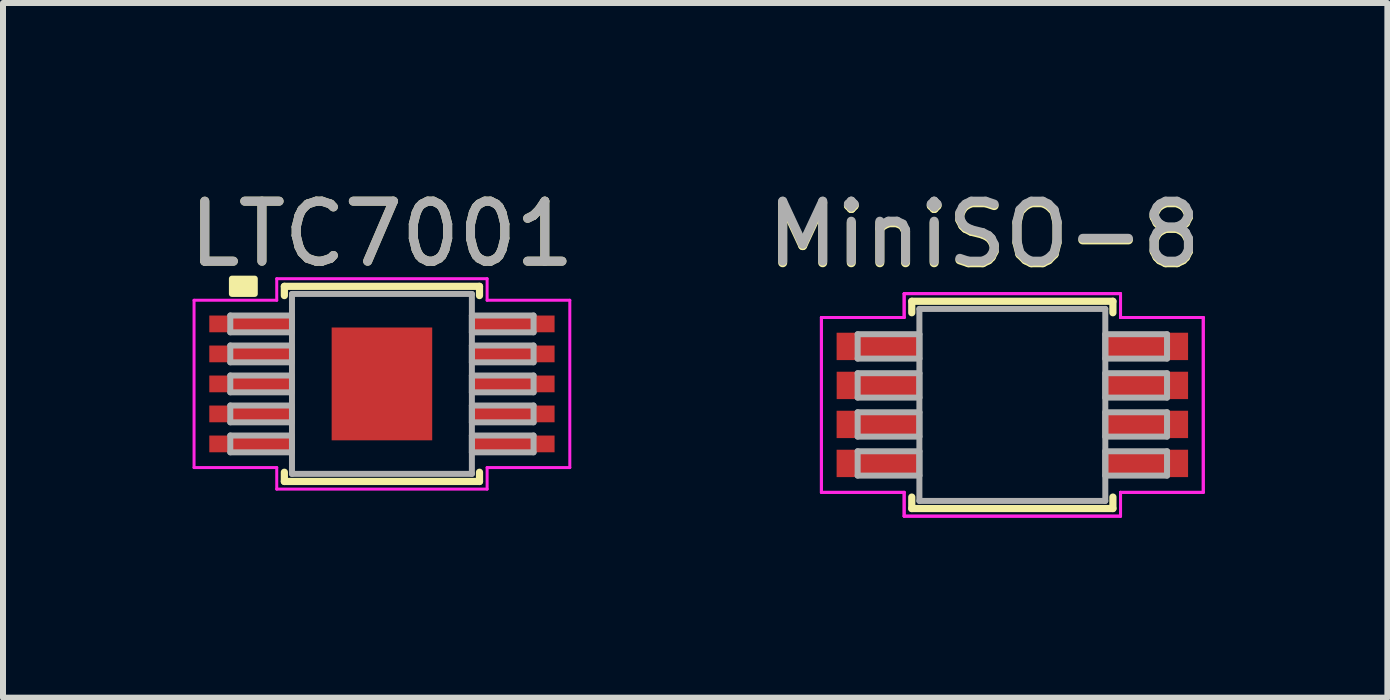
<source format=kicad_pcb>
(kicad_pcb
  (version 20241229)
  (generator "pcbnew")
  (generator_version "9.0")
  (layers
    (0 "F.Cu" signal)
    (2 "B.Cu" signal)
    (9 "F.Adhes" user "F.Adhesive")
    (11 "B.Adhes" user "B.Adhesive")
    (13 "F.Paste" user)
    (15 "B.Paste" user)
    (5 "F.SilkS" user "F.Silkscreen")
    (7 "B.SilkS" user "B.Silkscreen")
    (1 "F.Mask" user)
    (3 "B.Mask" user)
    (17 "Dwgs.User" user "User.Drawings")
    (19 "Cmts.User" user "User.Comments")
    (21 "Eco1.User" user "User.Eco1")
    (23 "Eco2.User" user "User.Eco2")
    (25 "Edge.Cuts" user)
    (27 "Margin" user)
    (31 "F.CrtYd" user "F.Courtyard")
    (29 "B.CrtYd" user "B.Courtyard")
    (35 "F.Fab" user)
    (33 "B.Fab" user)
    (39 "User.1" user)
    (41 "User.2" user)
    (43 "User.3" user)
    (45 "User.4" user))
  (footprint "MiniSO-8"
    (layer "F.Cu")
    (at 13.783 3.693)
    (property "Reference" "MiniSO-8" (at -0.432 -2.819 0) (unlocked yes) (layer "F.SilkS") (effects (font (size 1 1) (thickness 0.15))))
    (attr smd)
    (fp_line (start -1.638 -1.722) (end -1.638 -1.531) (stroke (width 0.12) (type solid)) (layer "F.SilkS"))
    (fp_line (start -1.638 1.541) (end -1.638 1.732) (stroke (width 0.12) (type solid)) (layer "F.SilkS"))
    (fp_line (start -1.638 1.732) (end 1.714 1.732) (stroke (width 0.12) (type solid)) (layer "F.SilkS"))
    (fp_line (start 1.714 -1.722) (end -1.638 -1.722) (stroke (width 0.12) (type solid)) (layer "F.SilkS"))
    (fp_line (start 1.714 -1.531) (end 1.714 -1.722) (stroke (width 0.12) (type solid)) (layer "F.SilkS"))
    (fp_line (start 1.714 1.732) (end 1.714 1.541) (stroke (width 0.12) (type solid)) (layer "F.SilkS"))
    (fp_line (start -3.144 -1.452) (end -1.765 -1.452) (stroke (width 0.05) (type solid)) (layer "F.CrtYd"))
    (fp_line (start -3.144 -1.452) (end -1.765 -1.452) (stroke (width 0.05) (type solid)) (layer "F.CrtYd"))
    (fp_line (start -3.144 1.462) (end -3.144 -1.452) (stroke (width 0.05) (type solid)) (layer "F.CrtYd"))
    (fp_line (start -3.144 1.462) (end -3.144 -1.452) (stroke (width 0.05) (type solid)) (layer "F.CrtYd"))
    (fp_line (start -3.144 1.462) (end -1.765 1.462) (stroke (width 0.05) (type solid)) (layer "F.CrtYd"))
    (fp_line (start -1.765 -1.849) (end 1.841 -1.849) (stroke (width 0.05) (type solid)) (layer "F.CrtYd"))
    (fp_line (start -1.765 -1.849) (end 1.841 -1.849) (stroke (width 0.05) (type solid)) (layer "F.CrtYd"))
    (fp_line (start -1.765 -1.452) (end -1.765 -1.849) (stroke (width 0.05) (type solid)) (layer "F.CrtYd"))
    (fp_line (start -1.765 -1.452) (end -1.765 -1.849) (stroke (width 0.05) (type solid)) (layer "F.CrtYd"))
    (fp_line (start -1.765 1.462) (end -3.144 1.462) (stroke (width 0.05) (type solid)) (layer "F.CrtYd"))
    (fp_line (start -1.765 1.859) (end -1.765 1.462) (stroke (width 0.05) (type solid)) (layer "F.CrtYd"))
    (fp_line (start -1.765 1.859) (end -1.765 1.462) (stroke (width 0.05) (type solid)) (layer "F.CrtYd"))
    (fp_line (start 1.841 -1.849) (end 1.841 -1.452) (stroke (width 0.05) (type solid)) (layer "F.CrtYd"))
    (fp_line (start 1.841 -1.849) (end 1.841 -1.452) (stroke (width 0.05) (type solid)) (layer "F.CrtYd"))
    (fp_line (start 1.841 -1.452) (end 3.22 -1.452) (stroke (width 0.05) (type solid)) (layer "F.CrtYd"))
    (fp_line (start 1.841 1.462) (end 1.841 1.859) (stroke (width 0.05) (type solid)) (layer "F.CrtYd"))
    (fp_line (start 1.841 1.462) (end 1.841 1.859) (stroke (width 0.05) (type solid)) (layer "F.CrtYd"))
    (fp_line (start 1.841 1.859) (end -1.765 1.859) (stroke (width 0.05) (type solid)) (layer "F.CrtYd"))
    (fp_line (start 1.841 1.859) (end -1.765 1.859) (stroke (width 0.05) (type solid)) (layer "F.CrtYd"))
    (fp_line (start 3.22 -1.452) (end 1.841 -1.452) (stroke (width 0.05) (type solid)) (layer "F.CrtYd"))
    (fp_line (start 3.22 -1.452) (end 3.22 1.462) (stroke (width 0.05) (type solid)) (layer "F.CrtYd"))
    (fp_line (start 3.22 -1.452) (end 3.22 1.462) (stroke (width 0.05) (type solid)) (layer "F.CrtYd"))
    (fp_line (start 3.22 1.462) (end 1.841 1.462) (stroke (width 0.05) (type solid)) (layer "F.CrtYd"))
    (fp_line (start 3.22 1.462) (end 1.841 1.462) (stroke (width 0.05) (type solid)) (layer "F.CrtYd"))
    (fp_line (start -2.54 -1.173) (end -2.54 -0.767) (stroke (width 0.1) (type solid)) (layer "F.Fab"))
    (fp_line (start -2.54 -0.767) (end -1.511 -0.767) (stroke (width 0.1) (type solid)) (layer "F.Fab"))
    (fp_line (start -2.54 -0.523) (end -2.54 -0.117) (stroke (width 0.1) (type solid)) (layer "F.Fab"))
    (fp_line (start -2.54 -0.117) (end -1.511 -0.117) (stroke (width 0.1) (type solid)) (layer "F.Fab"))
    (fp_line (start -2.54 0.127) (end -2.54 0.533) (stroke (width 0.1) (type solid)) (layer "F.Fab"))
    (fp_line (start -2.54 0.533) (end -1.511 0.533) (stroke (width 0.1) (type solid)) (layer "F.Fab"))
    (fp_line (start -2.54 0.777) (end -2.54 1.183) (stroke (width 0.1) (type solid)) (layer "F.Fab"))
    (fp_line (start -2.54 1.183) (end -1.511 1.183) (stroke (width 0.1) (type solid)) (layer "F.Fab"))
    (fp_line (start -1.511 -1.595) (end -1.511 1.605) (stroke (width 0.1) (type solid)) (layer "F.Fab"))
    (fp_line (start -1.511 -1.173) (end -2.54 -1.173) (stroke (width 0.1) (type solid)) (layer "F.Fab"))
    (fp_line (start -1.511 -0.767) (end -1.511 -1.173) (stroke (width 0.1) (type solid)) (layer "F.Fab"))
    (fp_line (start -1.511 -0.523) (end -2.54 -0.523) (stroke (width 0.1) (type solid)) (layer "F.Fab"))
    (fp_line (start -1.511 -0.117) (end -1.511 -0.523) (stroke (width 0.1) (type solid)) (layer "F.Fab"))
    (fp_line (start -1.511 0.127) (end -2.54 0.127) (stroke (width 0.1) (type solid)) (layer "F.Fab"))
    (fp_line (start -1.511 0.533) (end -1.511 0.127) (stroke (width 0.1) (type solid)) (layer "F.Fab"))
    (fp_line (start -1.511 0.777) (end -2.54 0.777) (stroke (width 0.1) (type solid)) (layer "F.Fab"))
    (fp_line (start -1.511 1.183) (end -1.511 0.777) (stroke (width 0.1) (type solid)) (layer "F.Fab"))
    (fp_line (start -1.511 1.605) (end 1.587 1.605) (stroke (width 0.1) (type solid)) (layer "F.Fab"))
    (fp_line (start 1.587 -1.595) (end -1.511 -1.595) (stroke (width 0.1) (type solid)) (layer "F.Fab"))
    (fp_line (start 1.587 -1.173) (end 1.587 -0.767) (stroke (width 0.1) (type solid)) (layer "F.Fab"))
    (fp_line (start 1.587 -0.767) (end 2.616 -0.767) (stroke (width 0.1) (type solid)) (layer "F.Fab"))
    (fp_line (start 1.587 -0.523) (end 1.587 -0.117) (stroke (width 0.1) (type solid)) (layer "F.Fab"))
    (fp_line (start 1.587 -0.117) (end 2.616 -0.117) (stroke (width 0.1) (type solid)) (layer "F.Fab"))
    (fp_line (start 1.587 0.127) (end 1.587 0.533) (stroke (width 0.1) (type solid)) (layer "F.Fab"))
    (fp_line (start 1.587 0.533) (end 2.616 0.533) (stroke (width 0.1) (type solid)) (layer "F.Fab"))
    (fp_line (start 1.587 0.777) (end 1.587 1.183) (stroke (width 0.1) (type solid)) (layer "F.Fab"))
    (fp_line (start 1.587 1.183) (end 2.616 1.183) (stroke (width 0.1) (type solid)) (layer "F.Fab"))
    (fp_line (start 1.587 1.605) (end 1.587 -1.595) (stroke (width 0.1) (type solid)) (layer "F.Fab"))
    (fp_line (start 2.616 -1.173) (end 1.587 -1.173) (stroke (width 0.1) (type solid)) (layer "F.Fab"))
    (fp_line (start 2.616 -0.767) (end 2.616 -1.173) (stroke (width 0.1) (type solid)) (layer "F.Fab"))
    (fp_line (start 2.616 -0.523) (end 1.587 -0.523) (stroke (width 0.1) (type solid)) (layer "F.Fab"))
    (fp_line (start 2.616 -0.117) (end 2.616 -0.523) (stroke (width 0.1) (type solid)) (layer "F.Fab"))
    (fp_line (start 2.616 0.127) (end 1.587 0.127) (stroke (width 0.1) (type solid)) (layer "F.Fab"))
    (fp_line (start 2.616 0.533) (end 2.616 0.127) (stroke (width 0.1) (type solid)) (layer "F.Fab"))
    (fp_line (start 2.616 0.777) (end 1.587 0.777) (stroke (width 0.1) (type solid)) (layer "F.Fab"))
    (fp_line (start 2.616 1.183) (end 2.616 0.777) (stroke (width 0.1) (type solid)) (layer "F.Fab"))
    (fp_text user "${REFERENCE}" (at -0.432 -2.845 0) (unlocked yes) (layer "F.Fab") (effects (font (size 1 1) (thickness 0.15))))
    (pad "1" smd rect (at -2.201 -0.97) (size 1.379 0.456) (layers "F.Cu" "F.Mask" "F.Paste"))
    (pad "2" smd rect (at -2.2 -0.32) (size 1.379 0.456) (layers "F.Cu" "F.Mask" "F.Paste"))
    (pad "3" smd rect (at -2.201 0.33) (size 1.379 0.456) (layers "F.Cu" "F.Mask" "F.Paste"))
    (pad "4" smd rect (at -2.201 0.98) (size 1.379 0.456) (layers "F.Cu" "F.Mask" "F.Paste"))
    (pad "5" smd rect (at 2.277 0.98) (size 1.379 0.456) (layers "F.Cu" "F.Mask" "F.Paste"))
    (pad "6" smd rect (at 2.277 0.33) (size 1.379 0.456) (layers "F.Cu" "F.Mask" "F.Paste"))
    (pad "7" smd rect (at 2.277 -0.32) (size 1.379 0.456) (layers "F.Cu" "F.Mask" "F.Paste"))
    (pad "8" smd rect (at 2.277 -0.97) (size 1.379 0.456) (layers "F.Cu" "F.Mask" "F.Paste")))
  (footprint "LTC7001"
    (layer "F.Cu")
    (at 3.315 3.348)
    (property "Reference" "LTC7001" (at 0 -2.5 0) (layer "F.SilkS") (effects (font (size 1 1) (thickness 0.15))))
    (attr smd)
    (fp_line (start -1.626 -1.626) (end -1.626 -1.472) (stroke (width 0.12) (type solid)) (layer "F.SilkS"))
    (fp_line (start -1.626 1.472) (end -1.626 1.626) (stroke (width 0.12) (type solid)) (layer "F.SilkS"))
    (fp_line (start -1.626 1.626) (end 1.626 1.626) (stroke (width 0.12) (type solid)) (layer "F.SilkS"))
    (fp_line (start 1.626 -1.626) (end -1.626 -1.626) (stroke (width 0.12) (type solid)) (layer "F.SilkS"))
    (fp_line (start 1.626 -1.472) (end 1.626 -1.626) (stroke (width 0.12) (type solid)) (layer "F.SilkS"))
    (fp_line (start 1.626 1.626) (end 1.626 1.472) (stroke (width 0.12) (type solid)) (layer "F.SilkS"))
    (fp_poly (pts (xy -2.5 -1.754) (xy -2.119 -1.754) (xy -2.119 -1.5) (xy -2.5 -1.5)) (stroke (width 0.1) (type solid)) (fill yes) (layer "F.SilkS"))
    (fp_line (start -3.131 -1.394) (end -1.753 -1.394) (stroke (width 0.05) (type solid)) (layer "F.CrtYd"))
    (fp_line (start -3.131 1.394) (end -3.131 -1.394) (stroke (width 0.05) (type solid)) (layer "F.CrtYd"))
    (fp_line (start -3.131 1.394) (end -1.753 1.394) (stroke (width 0.05) (type solid)) (layer "F.CrtYd"))
    (fp_line (start -1.753 -1.753) (end 1.753 -1.753) (stroke (width 0.05) (type solid)) (layer "F.CrtYd"))
    (fp_line (start -1.753 -1.394) (end -1.753 -1.753) (stroke (width 0.05) (type solid)) (layer "F.CrtYd"))
    (fp_line (start -1.753 1.753) (end -1.753 1.394) (stroke (width 0.05) (type solid)) (layer "F.CrtYd"))
    (fp_line (start 1.753 -1.753) (end 1.753 -1.394) (stroke (width 0.05) (type solid)) (layer "F.CrtYd"))
    (fp_line (start 1.753 -1.394) (end 3.131 -1.394) (stroke (width 0.05) (type solid)) (layer "F.CrtYd"))
    (fp_line (start 1.753 1.394) (end 1.753 1.753) (stroke (width 0.05) (type solid)) (layer "F.CrtYd"))
    (fp_line (start 1.753 1.753) (end -1.753 1.753) (stroke (width 0.05) (type solid)) (layer "F.CrtYd"))
    (fp_line (start 3.131 -1.394) (end 3.131 1.394) (stroke (width 0.05) (type solid)) (layer "F.CrtYd"))
    (fp_line (start 3.131 1.394) (end 1.753 1.394) (stroke (width 0.05) (type solid)) (layer "F.CrtYd"))
    (fp_line (start -2.527 -1.14) (end -2.527 -0.86) (stroke (width 0.1) (type solid)) (layer "F.Fab"))
    (fp_line (start -2.527 -0.86) (end -1.499 -0.86) (stroke (width 0.1) (type solid)) (layer "F.Fab"))
    (fp_line (start -2.527 -0.64) (end -2.527 -0.36) (stroke (width 0.1) (type solid)) (layer "F.Fab"))
    (fp_line (start -2.527 -0.36) (end -1.499 -0.36) (stroke (width 0.1) (type solid)) (layer "F.Fab"))
    (fp_line (start -2.527 -0.14) (end -2.527 0.14) (stroke (width 0.1) (type solid)) (layer "F.Fab"))
    (fp_line (start -2.527 0.14) (end -1.499 0.14) (stroke (width 0.1) (type solid)) (layer "F.Fab"))
    (fp_line (start -2.527 0.36) (end -2.527 0.64) (stroke (width 0.1) (type solid)) (layer "F.Fab"))
    (fp_line (start -2.527 0.64) (end -1.499 0.64) (stroke (width 0.1) (type solid)) (layer "F.Fab"))
    (fp_line (start -2.527 0.86) (end -2.527 1.14) (stroke (width 0.1) (type solid)) (layer "F.Fab"))
    (fp_line (start -2.527 1.14) (end -1.499 1.14) (stroke (width 0.1) (type solid)) (layer "F.Fab"))
    (fp_line (start -1.499 -1.499) (end -1.499 1.499) (stroke (width 0.1) (type solid)) (layer "F.Fab"))
    (fp_line (start -1.499 -1.14) (end -2.527 -1.14) (stroke (width 0.1) (type solid)) (layer "F.Fab"))
    (fp_line (start -1.499 -0.86) (end -1.499 -1.14) (stroke (width 0.1) (type solid)) (layer "F.Fab"))
    (fp_line (start -1.499 -0.64) (end -2.527 -0.64) (stroke (width 0.1) (type solid)) (layer "F.Fab"))
    (fp_line (start -1.499 -0.36) (end -1.499 -0.64) (stroke (width 0.1) (type solid)) (layer "F.Fab"))
    (fp_line (start -1.499 -0.14) (end -2.527 -0.14) (stroke (width 0.1) (type solid)) (layer "F.Fab"))
    (fp_line (start -1.499 0.14) (end -1.499 -0.14) (stroke (width 0.1) (type solid)) (layer "F.Fab"))
    (fp_line (start -1.499 0.36) (end -2.527 0.36) (stroke (width 0.1) (type solid)) (layer "F.Fab"))
    (fp_line (start -1.499 0.64) (end -1.499 0.36) (stroke (width 0.1) (type solid)) (layer "F.Fab"))
    (fp_line (start -1.499 0.86) (end -2.527 0.86) (stroke (width 0.1) (type solid)) (layer "F.Fab"))
    (fp_line (start -1.499 1.14) (end -1.499 0.86) (stroke (width 0.1) (type solid)) (layer "F.Fab"))
    (fp_line (start -1.499 1.499) (end 1.499 1.499) (stroke (width 0.1) (type solid)) (layer "F.Fab"))
    (fp_line (start 1.499 -1.499) (end -1.499 -1.499) (stroke (width 0.1) (type solid)) (layer "F.Fab"))
    (fp_line (start 1.499 -1.14) (end 1.499 -0.86) (stroke (width 0.1) (type solid)) (layer "F.Fab"))
    (fp_line (start 1.499 -0.86) (end 2.527 -0.86) (stroke (width 0.1) (type solid)) (layer "F.Fab"))
    (fp_line (start 1.499 -0.64) (end 1.499 -0.36) (stroke (width 0.1) (type solid)) (layer "F.Fab"))
    (fp_line (start 1.499 -0.36) (end 2.527 -0.36) (stroke (width 0.1) (type solid)) (layer "F.Fab"))
    (fp_line (start 1.499 -0.14) (end 1.499 0.14) (stroke (width 0.1) (type solid)) (layer "F.Fab"))
    (fp_line (start 1.499 0.14) (end 2.527 0.14) (stroke (width 0.1) (type solid)) (layer "F.Fab"))
    (fp_line (start 1.499 0.36) (end 1.499 0.64) (stroke (width 0.1) (type solid)) (layer "F.Fab"))
    (fp_line (start 1.499 0.64) (end 2.527 0.64) (stroke (width 0.1) (type solid)) (layer "F.Fab"))
    (fp_line (start 1.499 0.86) (end 1.499 1.14) (stroke (width 0.1) (type solid)) (layer "F.Fab"))
    (fp_line (start 1.499 1.14) (end 2.527 1.14) (stroke (width 0.1) (type solid)) (layer "F.Fab"))
    (fp_line (start 1.499 1.499) (end 1.499 -1.499) (stroke (width 0.1) (type solid)) (layer "F.Fab"))
    (fp_line (start 2.527 -1.14) (end 1.499 -1.14) (stroke (width 0.1) (type solid)) (layer "F.Fab"))
    (fp_line (start 2.527 -0.86) (end 2.527 -1.14) (stroke (width 0.1) (type solid)) (layer "F.Fab"))
    (fp_line (start 2.527 -0.64) (end 1.499 -0.64) (stroke (width 0.1) (type solid)) (layer "F.Fab"))
    (fp_line (start 2.527 -0.36) (end 2.527 -0.64) (stroke (width 0.1) (type solid)) (layer "F.Fab"))
    (fp_line (start 2.527 -0.14) (end 1.499 -0.14) (stroke (width 0.1) (type solid)) (layer "F.Fab"))
    (fp_line (start 2.527 0.14) (end 2.527 -0.14) (stroke (width 0.1) (type solid)) (layer "F.Fab"))
    (fp_line (start 2.527 0.36) (end 1.499 0.36) (stroke (width 0.1) (type solid)) (layer "F.Fab"))
    (fp_line (start 2.527 0.64) (end 2.527 0.36) (stroke (width 0.1) (type solid)) (layer "F.Fab"))
    (fp_line (start 2.527 0.86) (end 1.499 0.86) (stroke (width 0.1) (type solid)) (layer "F.Fab"))
    (fp_line (start 2.527 1.14) (end 2.527 0.86) (stroke (width 0.1) (type solid)) (layer "F.Fab"))
    (fp_text user "${REFERENCE}" (at 0 -2.5 0) (layer "F.Fab") (effects (font (size 1 1) (thickness 0.15))))
    (pad "1" smd rect (at -2.184 -1) (size 1.386 0.279) (layers "F.Cu" "F.Mask" "F.Paste"))
    (pad "2" smd rect (at -2.184 -0.5) (size 1.386 0.279) (layers "F.Cu" "F.Mask" "F.Paste"))
    (pad "3" smd rect (at -2.184 0) (size 1.386 0.279) (layers "F.Cu" "F.Mask" "F.Paste"))
    (pad "4" smd rect (at -2.184 0.5) (size 1.386 0.279) (layers "F.Cu" "F.Mask" "F.Paste"))
    (pad "5" smd rect (at -2.184 1) (size 1.386 0.279) (layers "F.Cu" "F.Mask" "F.Paste"))
    (pad "6" smd rect (at 2.184 1) (size 1.386 0.279) (layers "F.Cu" "F.Mask" "F.Paste"))
    (pad "7" smd rect (at 2.184 0.5) (size 1.386 0.279) (layers "F.Cu" "F.Mask" "F.Paste"))
    (pad "8" smd rect (at 2.184 0) (size 1.386 0.279) (layers "F.Cu" "F.Mask" "F.Paste"))
    (pad "9" smd rect (at 2.184 -0.5) (size 1.386 0.279) (layers "F.Cu" "F.Mask" "F.Paste"))
    (pad "10" smd rect (at 2.184 -1) (size 1.386 0.279) (layers "F.Cu" "F.Mask" "F.Paste"))
    (pad "EPAD" smd rect (at 0 0) (size 1.676 1.88) (layers "F.Cu" "F.Mask" "F.Paste")))
  (gr_rect
    (start -3 -3)
    (end 20.071 8.577)
    (stroke (width 0.1) (type default))
    (fill no)
    (layer "Edge.Cuts")))
</source>
